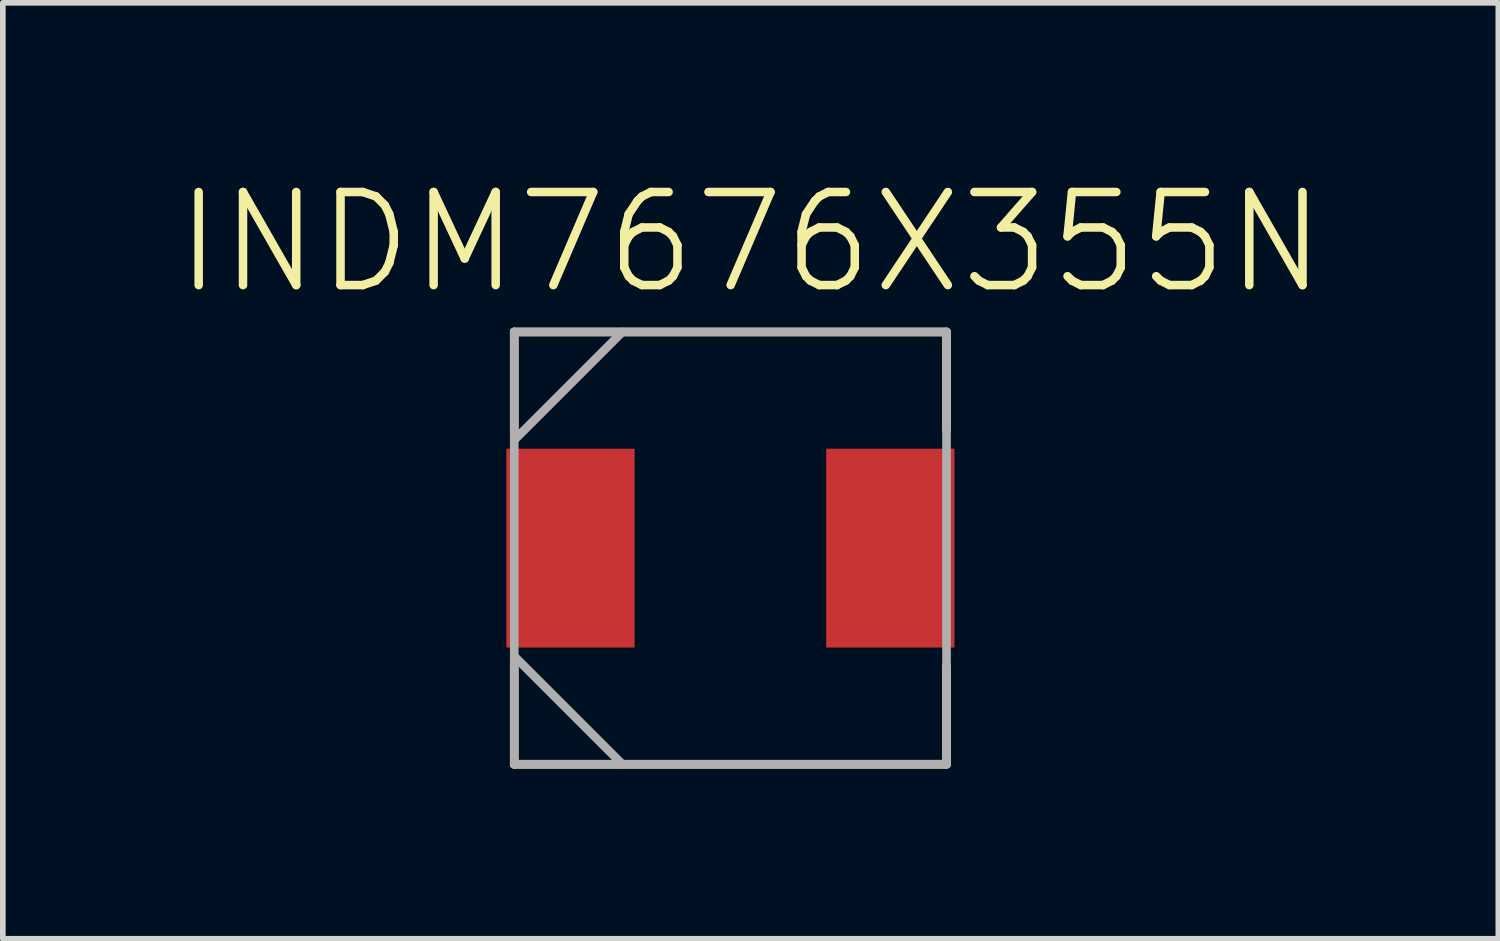
<source format=kicad_pcb>
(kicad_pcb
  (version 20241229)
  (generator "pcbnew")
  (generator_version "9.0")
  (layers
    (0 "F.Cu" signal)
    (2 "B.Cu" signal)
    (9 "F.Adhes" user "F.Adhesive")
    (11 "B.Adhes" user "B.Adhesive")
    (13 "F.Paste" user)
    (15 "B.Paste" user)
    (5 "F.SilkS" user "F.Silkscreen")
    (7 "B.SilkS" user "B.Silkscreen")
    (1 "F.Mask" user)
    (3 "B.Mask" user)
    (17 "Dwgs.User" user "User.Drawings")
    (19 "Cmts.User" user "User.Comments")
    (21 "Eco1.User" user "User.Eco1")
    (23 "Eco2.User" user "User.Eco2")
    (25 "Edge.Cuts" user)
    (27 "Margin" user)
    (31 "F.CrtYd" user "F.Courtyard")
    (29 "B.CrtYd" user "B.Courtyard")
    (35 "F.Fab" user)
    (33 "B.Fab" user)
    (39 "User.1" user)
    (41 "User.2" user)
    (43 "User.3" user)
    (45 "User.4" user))
  (footprint "INDM7676X355N"
    (layer "F.Cu")
    (at 9.825 6.612)
    (property "Reference" "INDM7676X355N" (at 0.356 -5.388 0) (layer "F.SilkS") (effects (font (size 1.641 1.641) (thickness 0.15))))
    (attr smd)
    (fp_line (start -3.81 -3.81) (end -3.81 -2.083) (stroke (width 0.152) (type solid)) (layer "F.SilkS"))
    (fp_line (start -3.81 2.083) (end -3.81 3.81) (stroke (width 0.152) (type solid)) (layer "F.SilkS"))
    (fp_line (start -3.81 3.81) (end 3.81 3.81) (stroke (width 0.152) (type solid)) (layer "F.SilkS"))
    (fp_line (start 3.81 -3.81) (end -3.81 -3.81) (stroke (width 0.152) (type solid)) (layer "F.SilkS"))
    (fp_line (start 3.81 -2.083) (end 3.81 -3.81) (stroke (width 0.152) (type solid)) (layer "F.SilkS"))
    (fp_line (start 3.81 3.81) (end 3.81 2.083) (stroke (width 0.152) (type solid)) (layer "F.SilkS"))
    (fp_line (start -3.81 -3.81) (end -3.81 3.81) (stroke (width 0.152) (type solid)) (layer "F.Fab"))
    (fp_line (start -3.81 -1.905) (end -1.905 -3.81) (stroke (width 0.152) (type solid)) (layer "F.Fab"))
    (fp_line (start -3.81 1.905) (end -1.905 3.81) (stroke (width 0.152) (type solid)) (layer "F.Fab"))
    (fp_line (start -3.81 3.81) (end 3.81 3.81) (stroke (width 0.152) (type solid)) (layer "F.Fab"))
    (fp_line (start 3.81 -3.81) (end -3.81 -3.81) (stroke (width 0.152) (type solid)) (layer "F.Fab"))
    (fp_line (start 3.81 3.81) (end 3.81 -3.81) (stroke (width 0.152) (type solid)) (layer "F.Fab"))
    (pad "1" smd rect (at -2.819 0 90) (size 3.505 2.261) (layers "F.Cu" "F.Mask" "F.Paste"))
    (pad "2" smd rect (at 2.819 0 90) (size 3.505 2.261) (layers "F.Cu" "F.Mask" "F.Paste")))
  (gr_rect
    (start -3 -3)
    (end 23.362 13.498)
    (stroke (width 0.1) (type default))
    (fill no)
    (layer "Edge.Cuts")))
</source>
